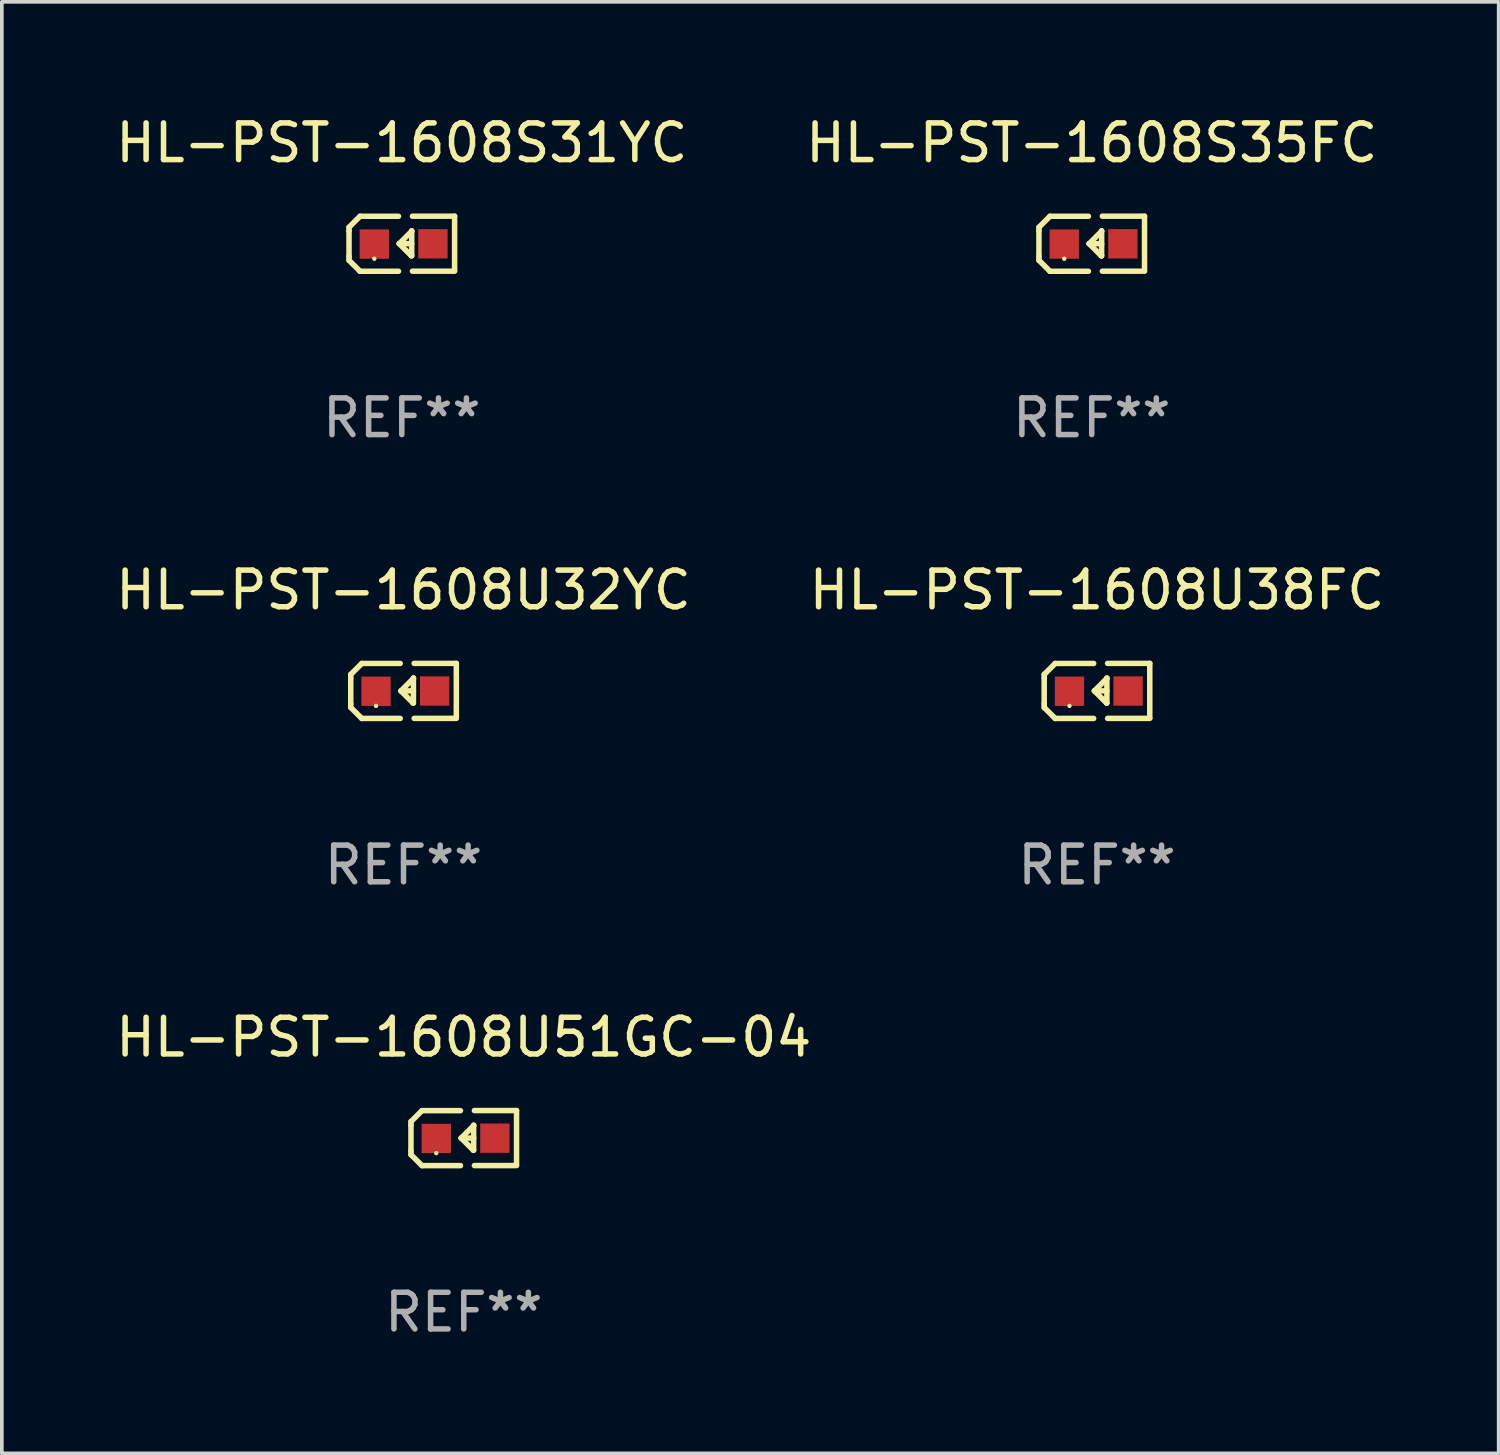
<source format=kicad_pcb>
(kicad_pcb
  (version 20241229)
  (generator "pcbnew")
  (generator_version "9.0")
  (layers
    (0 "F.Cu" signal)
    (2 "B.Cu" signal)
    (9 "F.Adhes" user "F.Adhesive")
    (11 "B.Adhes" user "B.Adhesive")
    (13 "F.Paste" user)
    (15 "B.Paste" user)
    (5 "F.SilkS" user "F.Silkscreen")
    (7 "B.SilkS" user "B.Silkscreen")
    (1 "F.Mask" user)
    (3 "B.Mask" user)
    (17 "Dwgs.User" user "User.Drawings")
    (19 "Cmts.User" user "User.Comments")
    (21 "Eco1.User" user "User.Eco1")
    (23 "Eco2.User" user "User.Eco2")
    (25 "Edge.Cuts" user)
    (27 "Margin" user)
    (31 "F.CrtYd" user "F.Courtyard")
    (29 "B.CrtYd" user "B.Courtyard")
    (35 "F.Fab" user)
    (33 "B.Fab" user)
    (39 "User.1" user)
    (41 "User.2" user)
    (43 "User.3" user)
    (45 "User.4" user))
  (footprint "HL-PST-1608U32YC"
    (layer "F.Cu")
    (at 7.958 15.798)
    (property "Reference" "HL-PST-1608U32YC" (at 0 -2.751 0) (layer "F.SilkS") (effects (font (size 1 1) (thickness 0.15))))
    (attr through_hole)
    (fp_line (start -1.44 -0.449) (end -1.14 -0.749) (stroke (width 0.15) (type solid)) (layer "F.SilkS"))
    (fp_line (start -1.44 -0.349) (end -1.44 -0.449) (stroke (width 0.15) (type solid)) (layer "F.SilkS"))
    (fp_line (start -1.44 -0.349) (end -1.44 0.351) (stroke (width 0.15) (type solid)) (layer "F.SilkS"))
    (fp_line (start -1.44 0.351) (end -1.44 0.451) (stroke (width 0.15) (type solid)) (layer "F.SilkS"))
    (fp_line (start -1.44 0.451) (end -1.14 0.751) (stroke (width 0.15) (type solid)) (layer "F.SilkS"))
    (fp_line (start -0.09 -0.749) (end -1.14 -0.749) (stroke (width 0.15) (type solid)) (layer "F.SilkS"))
    (fp_line (start -0.09 0.751) (end -1.14 0.751) (stroke (width 0.15) (type solid)) (layer "F.SilkS"))
    (fp_line (start 0.26 0.329) (end -0.07 -0.001) (stroke (width 0.15) (type solid)) (layer "F.SilkS"))
    (fp_line (start 0.27 -0.351) (end 0.27 -0.341) (stroke (width 0.15) (type solid)) (layer "F.SilkS"))
    (fp_line (start 0.27 -0.351) (end 0.27 0.329) (stroke (width 0.15) (type solid)) (layer "F.SilkS"))
    (fp_line (start 0.27 -0.341) (end -0.07 -0.001) (stroke (width 0.15) (type solid)) (layer "F.SilkS"))
    (fp_line (start 0.27 -0.001) (end -0.07 -0.001) (stroke (width 0.15) (type solid)) (layer "F.SilkS"))
    (fp_line (start 0.27 0.329) (end 0.26 0.329) (stroke (width 0.15) (type solid)) (layer "F.SilkS"))
    (fp_line (start 0.29 -0.751) (end 1.44 -0.751) (stroke (width 0.15) (type solid)) (layer "F.SilkS"))
    (fp_line (start 0.29 0.749) (end 1.44 0.749) (stroke (width 0.15) (type solid)) (layer "F.SilkS"))
    (fp_line (start 1.44 -0.751) (end 1.44 0.729) (stroke (width 0.15) (type solid)) (layer "F.SilkS"))
    (fp_circle (center -0.75 0.409) (end -0.72 0.409) (stroke (width 0.06) (type solid)) (fill no) (layer "F.SilkS"))
    (fp_text user "REF**" (at 0 4.751 0) (layer "F.Fab") (effects (font (size 1 1) (thickness 0.15))))
    (pad "1" smd rect (at -0.75 0.009 90) (size 0.8 0.8) (layers "F.Cu" "F.Mask" "F.Paste"))
    (pad "2" smd rect (at 0.849 0.002 90) (size 0.8 0.8) (layers "F.Cu" "F.Mask" "F.Paste")))
  (footprint "HL-PST-1608U51GC-04"
    (layer "F.Cu")
    (at 9.601 27.997)
    (property "Reference" "HL-PST-1608U51GC-04" (at 0 -2.751 0) (layer "F.SilkS") (effects (font (size 1 1) (thickness 0.15))))
    (attr through_hole)
    (fp_line (start -1.44 -0.449) (end -1.14 -0.749) (stroke (width 0.15) (type solid)) (layer "F.SilkS"))
    (fp_line (start -1.44 -0.349) (end -1.44 -0.449) (stroke (width 0.15) (type solid)) (layer "F.SilkS"))
    (fp_line (start -1.44 -0.349) (end -1.44 0.351) (stroke (width 0.15) (type solid)) (layer "F.SilkS"))
    (fp_line (start -1.44 0.351) (end -1.44 0.451) (stroke (width 0.15) (type solid)) (layer "F.SilkS"))
    (fp_line (start -1.44 0.451) (end -1.14 0.751) (stroke (width 0.15) (type solid)) (layer "F.SilkS"))
    (fp_line (start -0.09 -0.749) (end -1.14 -0.749) (stroke (width 0.15) (type solid)) (layer "F.SilkS"))
    (fp_line (start -0.09 0.751) (end -1.14 0.751) (stroke (width 0.15) (type solid)) (layer "F.SilkS"))
    (fp_line (start 0.26 0.329) (end -0.07 -0.001) (stroke (width 0.15) (type solid)) (layer "F.SilkS"))
    (fp_line (start 0.27 -0.351) (end 0.27 -0.341) (stroke (width 0.15) (type solid)) (layer "F.SilkS"))
    (fp_line (start 0.27 -0.351) (end 0.27 0.329) (stroke (width 0.15) (type solid)) (layer "F.SilkS"))
    (fp_line (start 0.27 -0.341) (end -0.07 -0.001) (stroke (width 0.15) (type solid)) (layer "F.SilkS"))
    (fp_line (start 0.27 -0.001) (end -0.07 -0.001) (stroke (width 0.15) (type solid)) (layer "F.SilkS"))
    (fp_line (start 0.27 0.329) (end 0.26 0.329) (stroke (width 0.15) (type solid)) (layer "F.SilkS"))
    (fp_line (start 0.29 -0.751) (end 1.44 -0.751) (stroke (width 0.15) (type solid)) (layer "F.SilkS"))
    (fp_line (start 0.29 0.749) (end 1.44 0.749) (stroke (width 0.15) (type solid)) (layer "F.SilkS"))
    (fp_line (start 1.44 -0.751) (end 1.44 0.729) (stroke (width 0.15) (type solid)) (layer "F.SilkS"))
    (fp_circle (center -0.75 0.409) (end -0.72 0.409) (stroke (width 0.06) (type solid)) (fill no) (layer "F.SilkS"))
    (fp_text user "REF**" (at 0 4.751 0) (layer "F.Fab") (effects (font (size 1 1) (thickness 0.15))))
    (pad "1" smd rect (at -0.75 0.009 90) (size 0.8 0.8) (layers "F.Cu" "F.Mask" "F.Paste"))
    (pad "2" smd rect (at 0.849 0.002 90) (size 0.8 0.8) (layers "F.Cu" "F.Mask" "F.Paste")))
  (footprint "HL-PST-1608S31YC"
    (layer "F.Cu")
    (at 7.911 3.599)
    (property "Reference" "HL-PST-1608S31YC" (at 0 -2.751 0) (layer "F.SilkS") (effects (font (size 1 1) (thickness 0.15))))
    (attr through_hole)
    (fp_line (start -1.44 -0.449) (end -1.14 -0.749) (stroke (width 0.15) (type solid)) (layer "F.SilkS"))
    (fp_line (start -1.44 -0.349) (end -1.44 -0.449) (stroke (width 0.15) (type solid)) (layer "F.SilkS"))
    (fp_line (start -1.44 -0.349) (end -1.44 0.351) (stroke (width 0.15) (type solid)) (layer "F.SilkS"))
    (fp_line (start -1.44 0.351) (end -1.44 0.451) (stroke (width 0.15) (type solid)) (layer "F.SilkS"))
    (fp_line (start -1.44 0.451) (end -1.14 0.751) (stroke (width 0.15) (type solid)) (layer "F.SilkS"))
    (fp_line (start -0.09 -0.749) (end -1.14 -0.749) (stroke (width 0.15) (type solid)) (layer "F.SilkS"))
    (fp_line (start -0.09 0.751) (end -1.14 0.751) (stroke (width 0.15) (type solid)) (layer "F.SilkS"))
    (fp_line (start 0.26 0.329) (end -0.07 -0.001) (stroke (width 0.15) (type solid)) (layer "F.SilkS"))
    (fp_line (start 0.27 -0.351) (end 0.27 -0.341) (stroke (width 0.15) (type solid)) (layer "F.SilkS"))
    (fp_line (start 0.27 -0.351) (end 0.27 0.329) (stroke (width 0.15) (type solid)) (layer "F.SilkS"))
    (fp_line (start 0.27 -0.341) (end -0.07 -0.001) (stroke (width 0.15) (type solid)) (layer "F.SilkS"))
    (fp_line (start 0.27 -0.001) (end -0.07 -0.001) (stroke (width 0.15) (type solid)) (layer "F.SilkS"))
    (fp_line (start 0.27 0.329) (end 0.26 0.329) (stroke (width 0.15) (type solid)) (layer "F.SilkS"))
    (fp_line (start 0.29 -0.751) (end 1.44 -0.751) (stroke (width 0.15) (type solid)) (layer "F.SilkS"))
    (fp_line (start 0.29 0.749) (end 1.44 0.749) (stroke (width 0.15) (type solid)) (layer "F.SilkS"))
    (fp_line (start 1.44 -0.751) (end 1.44 0.729) (stroke (width 0.15) (type solid)) (layer "F.SilkS"))
    (fp_circle (center -0.75 0.409) (end -0.72 0.409) (stroke (width 0.06) (type solid)) (fill no) (layer "F.SilkS"))
    (fp_text user "REF**" (at 0 4.751 0) (layer "F.Fab") (effects (font (size 1 1) (thickness 0.15))))
    (pad "1" smd rect (at -0.75 0.009 90) (size 0.8 0.8) (layers "F.Cu" "F.Mask" "F.Paste"))
    (pad "2" smd rect (at 0.849 0.002 90) (size 0.8 0.8) (layers "F.Cu" "F.Mask" "F.Paste")))
  (footprint "HL-PST-1608U38FC"
    (layer "F.Cu")
    (at 26.875 15.798)
    (property "Reference" "HL-PST-1608U38FC" (at 0 -2.751 0) (layer "F.SilkS") (effects (font (size 1 1) (thickness 0.15))))
    (attr through_hole)
    (fp_line (start -1.44 -0.449) (end -1.14 -0.749) (stroke (width 0.15) (type solid)) (layer "F.SilkS"))
    (fp_line (start -1.44 -0.349) (end -1.44 -0.449) (stroke (width 0.15) (type solid)) (layer "F.SilkS"))
    (fp_line (start -1.44 -0.349) (end -1.44 0.351) (stroke (width 0.15) (type solid)) (layer "F.SilkS"))
    (fp_line (start -1.44 0.351) (end -1.44 0.451) (stroke (width 0.15) (type solid)) (layer "F.SilkS"))
    (fp_line (start -1.44 0.451) (end -1.14 0.751) (stroke (width 0.15) (type solid)) (layer "F.SilkS"))
    (fp_line (start -0.09 -0.749) (end -1.14 -0.749) (stroke (width 0.15) (type solid)) (layer "F.SilkS"))
    (fp_line (start -0.09 0.751) (end -1.14 0.751) (stroke (width 0.15) (type solid)) (layer "F.SilkS"))
    (fp_line (start 0.26 0.329) (end -0.07 -0.001) (stroke (width 0.15) (type solid)) (layer "F.SilkS"))
    (fp_line (start 0.27 -0.351) (end 0.27 -0.341) (stroke (width 0.15) (type solid)) (layer "F.SilkS"))
    (fp_line (start 0.27 -0.351) (end 0.27 0.329) (stroke (width 0.15) (type solid)) (layer "F.SilkS"))
    (fp_line (start 0.27 -0.341) (end -0.07 -0.001) (stroke (width 0.15) (type solid)) (layer "F.SilkS"))
    (fp_line (start 0.27 -0.001) (end -0.07 -0.001) (stroke (width 0.15) (type solid)) (layer "F.SilkS"))
    (fp_line (start 0.27 0.329) (end 0.26 0.329) (stroke (width 0.15) (type solid)) (layer "F.SilkS"))
    (fp_line (start 0.29 -0.751) (end 1.44 -0.751) (stroke (width 0.15) (type solid)) (layer "F.SilkS"))
    (fp_line (start 0.29 0.749) (end 1.44 0.749) (stroke (width 0.15) (type solid)) (layer "F.SilkS"))
    (fp_line (start 1.44 -0.751) (end 1.44 0.729) (stroke (width 0.15) (type solid)) (layer "F.SilkS"))
    (fp_circle (center -0.75 0.409) (end -0.72 0.409) (stroke (width 0.06) (type solid)) (fill no) (layer "F.SilkS"))
    (fp_text user "REF**" (at 0 4.751 0) (layer "F.Fab") (effects (font (size 1 1) (thickness 0.15))))
    (pad "1" smd rect (at -0.75 0.009 90) (size 0.8 0.8) (layers "F.Cu" "F.Mask" "F.Paste"))
    (pad "2" smd rect (at 0.849 0.002 90) (size 0.8 0.8) (layers "F.Cu" "F.Mask" "F.Paste")))
  (footprint "HL-PST-1608S35FC"
    (layer "F.Cu")
    (at 26.732 3.599)
    (property "Reference" "HL-PST-1608S35FC" (at 0 -2.751 0) (layer "F.SilkS") (effects (font (size 1 1) (thickness 0.15))))
    (attr through_hole)
    (fp_line (start -1.44 -0.449) (end -1.14 -0.749) (stroke (width 0.15) (type solid)) (layer "F.SilkS"))
    (fp_line (start -1.44 -0.349) (end -1.44 -0.449) (stroke (width 0.15) (type solid)) (layer "F.SilkS"))
    (fp_line (start -1.44 -0.349) (end -1.44 0.351) (stroke (width 0.15) (type solid)) (layer "F.SilkS"))
    (fp_line (start -1.44 0.351) (end -1.44 0.451) (stroke (width 0.15) (type solid)) (layer "F.SilkS"))
    (fp_line (start -1.44 0.451) (end -1.14 0.751) (stroke (width 0.15) (type solid)) (layer "F.SilkS"))
    (fp_line (start -0.09 -0.749) (end -1.14 -0.749) (stroke (width 0.15) (type solid)) (layer "F.SilkS"))
    (fp_line (start -0.09 0.751) (end -1.14 0.751) (stroke (width 0.15) (type solid)) (layer "F.SilkS"))
    (fp_line (start 0.26 0.329) (end -0.07 -0.001) (stroke (width 0.15) (type solid)) (layer "F.SilkS"))
    (fp_line (start 0.27 -0.351) (end 0.27 -0.341) (stroke (width 0.15) (type solid)) (layer "F.SilkS"))
    (fp_line (start 0.27 -0.351) (end 0.27 0.329) (stroke (width 0.15) (type solid)) (layer "F.SilkS"))
    (fp_line (start 0.27 -0.341) (end -0.07 -0.001) (stroke (width 0.15) (type solid)) (layer "F.SilkS"))
    (fp_line (start 0.27 -0.001) (end -0.07 -0.001) (stroke (width 0.15) (type solid)) (layer "F.SilkS"))
    (fp_line (start 0.27 0.329) (end 0.26 0.329) (stroke (width 0.15) (type solid)) (layer "F.SilkS"))
    (fp_line (start 0.29 -0.751) (end 1.44 -0.751) (stroke (width 0.15) (type solid)) (layer "F.SilkS"))
    (fp_line (start 0.29 0.749) (end 1.44 0.749) (stroke (width 0.15) (type solid)) (layer "F.SilkS"))
    (fp_line (start 1.44 -0.751) (end 1.44 0.729) (stroke (width 0.15) (type solid)) (layer "F.SilkS"))
    (fp_circle (center -0.75 0.409) (end -0.72 0.409) (stroke (width 0.06) (type solid)) (fill no) (layer "F.SilkS"))
    (fp_text user "REF**" (at 0 4.751 0) (layer "F.Fab") (effects (font (size 1 1) (thickness 0.15))))
    (pad "1" smd rect (at -0.75 0.009 90) (size 0.8 0.8) (layers "F.Cu" "F.Mask" "F.Paste"))
    (pad "2" smd rect (at 0.849 0.002 90) (size 0.8 0.8) (layers "F.Cu" "F.Mask" "F.Paste")))
  (gr_rect
    (start -3 -3)
    (end 37.833 36.597)
    (stroke (width 0.1) (type default))
    (fill no)
    (layer "Edge.Cuts")))
</source>
